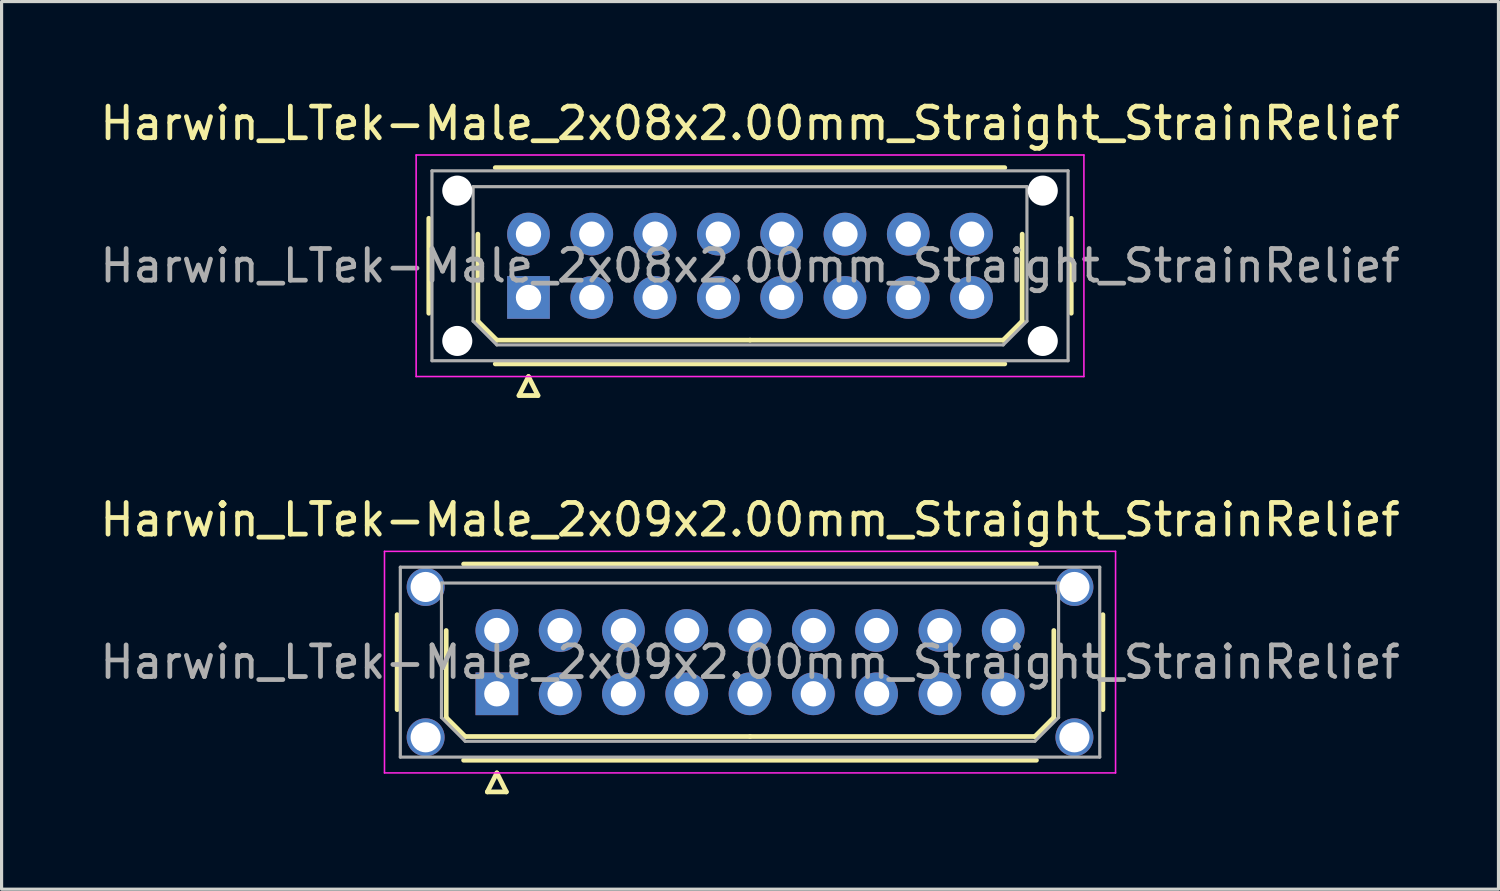
<source format=kicad_pcb>
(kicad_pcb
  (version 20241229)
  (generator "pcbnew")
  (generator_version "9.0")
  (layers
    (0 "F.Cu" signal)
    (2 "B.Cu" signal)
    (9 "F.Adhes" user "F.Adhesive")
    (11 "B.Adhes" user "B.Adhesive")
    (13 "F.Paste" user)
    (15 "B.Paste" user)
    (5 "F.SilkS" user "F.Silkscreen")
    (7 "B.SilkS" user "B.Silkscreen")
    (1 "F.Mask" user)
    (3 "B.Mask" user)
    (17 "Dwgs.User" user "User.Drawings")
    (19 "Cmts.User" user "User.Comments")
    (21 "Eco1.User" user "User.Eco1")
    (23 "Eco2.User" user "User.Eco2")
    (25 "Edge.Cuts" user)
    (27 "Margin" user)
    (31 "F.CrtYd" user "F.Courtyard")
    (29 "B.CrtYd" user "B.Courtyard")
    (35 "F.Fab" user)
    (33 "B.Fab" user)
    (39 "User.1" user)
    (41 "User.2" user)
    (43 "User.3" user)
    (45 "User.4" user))
  (footprint "Harwin_LTek-Male_2x09x2.00mm_Straight_StrainRelief"
    (layer "F.Cu")
    (at 12.649 18.872)
    (property "Reference" "Harwin_LTek-Male_2x09x2.00mm_Straight_StrainRelief" (at 8 -5.5 0) (layer "F.SilkS") (effects (font (size 1 1) (thickness 0.15))))
    (attr through_hole)
    (fp_line (start -3.15 -2.5) (end -3.15 0.5) (stroke (width 0.15) (type solid)) (layer "F.SilkS"))
    (fp_line (start -1.6 -2) (end -1.6 0.75) (stroke (width 0.15) (type solid)) (layer "F.SilkS"))
    (fp_line (start -1.6 0.75) (end -1 1.35) (stroke (width 0.15) (type solid)) (layer "F.SilkS"))
    (fp_line (start -1.05 -4.1) (end 17.05 -4.1) (stroke (width 0.15) (type solid)) (layer "F.SilkS"))
    (fp_line (start -1.05 2.1) (end 17.05 2.1) (stroke (width 0.15) (type solid)) (layer "F.SilkS"))
    (fp_line (start -1 1.35) (end 8 1.35) (stroke (width 0.15) (type solid)) (layer "F.SilkS"))
    (fp_line (start -0.3 3.1) (end 0.3 3.1) (stroke (width 0.15) (type solid)) (layer "F.SilkS"))
    (fp_line (start 0 2.5) (end -0.3 3.1) (stroke (width 0.15) (type solid)) (layer "F.SilkS"))
    (fp_line (start 0.3 3.1) (end 0 2.5) (stroke (width 0.15) (type solid)) (layer "F.SilkS"))
    (fp_line (start 17 1.35) (end 8 1.35) (stroke (width 0.15) (type solid)) (layer "F.SilkS"))
    (fp_line (start 17.6 -2) (end 17.6 0.75) (stroke (width 0.15) (type solid)) (layer "F.SilkS"))
    (fp_line (start 17.6 0.75) (end 17 1.35) (stroke (width 0.15) (type solid)) (layer "F.SilkS"))
    (fp_line (start 19.15 -2.5) (end 19.15 0.5) (stroke (width 0.15) (type solid)) (layer "F.SilkS"))
    (fp_line (start -3.55 -4.5) (end -3.55 2.5) (stroke (width 0.05) (type solid)) (layer "F.CrtYd"))
    (fp_line (start -3.55 2.5) (end 19.55 2.5) (stroke (width 0.05) (type solid)) (layer "F.CrtYd"))
    (fp_line (start 19.55 -4.5) (end -3.55 -4.5) (stroke (width 0.05) (type solid)) (layer "F.CrtYd"))
    (fp_line (start 19.55 2.5) (end 19.55 -4.5) (stroke (width 0.05) (type solid)) (layer "F.CrtYd"))
    (fp_line (start -3.05 -4) (end -3.05 2) (stroke (width 0.1) (type solid)) (layer "F.Fab"))
    (fp_line (start -3.05 2) (end 19.05 2) (stroke (width 0.1) (type solid)) (layer "F.Fab"))
    (fp_line (start -1.75 -3.5) (end 17.75 -3.5) (stroke (width 0.1) (type solid)) (layer "F.Fab"))
    (fp_line (start -1.75 0.75) (end -1.75 -3.5) (stroke (width 0.1) (type solid)) (layer "F.Fab"))
    (fp_line (start -1 1.5) (end -1.75 0.75) (stroke (width 0.1) (type solid)) (layer "F.Fab"))
    (fp_line (start 17 1.5) (end -1 1.5) (stroke (width 0.1) (type solid)) (layer "F.Fab"))
    (fp_line (start 17.75 -3.5) (end 17.75 0.75) (stroke (width 0.1) (type solid)) (layer "F.Fab"))
    (fp_line (start 17.75 0.75) (end 17 1.5) (stroke (width 0.1) (type solid)) (layer "F.Fab"))
    (fp_line (start 19.05 -4) (end -3.05 -4) (stroke (width 0.1) (type solid)) (layer "F.Fab"))
    (fp_line (start 19.05 2) (end 19.05 -4) (stroke (width 0.1) (type solid)) (layer "F.Fab"))
    (fp_text user "${REFERENCE}" (at 8 -1 0) (layer "F.Fab") (effects (font (size 1 1) (thickness 0.15))))
    (pad "" thru_hole circle (at -2.25 -3.375) (size 1.2 1.2) (drill 0.95) (layers "*.Cu" "*.Mask"))
    (pad "" thru_hole circle (at -2.25 1.375) (size 1.2 1.2) (drill 0.95) (layers "*.Cu" "*.Mask"))
    (pad "" thru_hole circle (at 18.25 -3.375) (size 1.2 1.2) (drill 0.95) (layers "*.Cu" "*.Mask"))
    (pad "" thru_hole circle (at 18.25 1.375) (size 1.2 1.2) (drill 0.95) (layers "*.Cu" "*.Mask"))
    (pad "1" thru_hole rect (at 0 0) (size 1.35 1.35) (drill 0.8) (layers "*.Cu" "*.Mask"))
    (pad "2" thru_hole circle (at 0 -2) (size 1.35 1.35) (drill 0.8) (layers "*.Cu" "*.Mask"))
    (pad "3" thru_hole circle (at 2 0) (size 1.35 1.35) (drill 0.8) (layers "*.Cu" "*.Mask"))
    (pad "4" thru_hole circle (at 2 -2) (size 1.35 1.35) (drill 0.8) (layers "*.Cu" "*.Mask"))
    (pad "5" thru_hole circle (at 4 0) (size 1.35 1.35) (drill 0.8) (layers "*.Cu" "*.Mask"))
    (pad "6" thru_hole circle (at 4 -2) (size 1.35 1.35) (drill 0.8) (layers "*.Cu" "*.Mask"))
    (pad "7" thru_hole circle (at 6 0) (size 1.35 1.35) (drill 0.8) (layers "*.Cu" "*.Mask"))
    (pad "8" thru_hole circle (at 6 -2) (size 1.35 1.35) (drill 0.8) (layers "*.Cu" "*.Mask"))
    (pad "9" thru_hole circle (at 8 0) (size 1.35 1.35) (drill 0.8) (layers "*.Cu" "*.Mask"))
    (pad "10" thru_hole circle (at 8 -2) (size 1.35 1.35) (drill 0.8) (layers "*.Cu" "*.Mask"))
    (pad "11" thru_hole circle (at 10 0) (size 1.35 1.35) (drill 0.8) (layers "*.Cu" "*.Mask"))
    (pad "12" thru_hole circle (at 10 -2) (size 1.35 1.35) (drill 0.8) (layers "*.Cu" "*.Mask"))
    (pad "13" thru_hole circle (at 12 0) (size 1.35 1.35) (drill 0.8) (layers "*.Cu" "*.Mask"))
    (pad "14" thru_hole circle (at 12 -2) (size 1.35 1.35) (drill 0.8) (layers "*.Cu" "*.Mask"))
    (pad "15" thru_hole circle (at 14 0) (size 1.35 1.35) (drill 0.8) (layers "*.Cu" "*.Mask"))
    (pad "16" thru_hole circle (at 14 -2) (size 1.35 1.35) (drill 0.8) (layers "*.Cu" "*.Mask"))
    (pad "17" thru_hole circle (at 16 0) (size 1.35 1.35) (drill 0.8) (layers "*.Cu" "*.Mask"))
    (pad "18" thru_hole circle (at 16 -2) (size 1.35 1.35) (drill 0.8) (layers "*.Cu" "*.Mask")))
  (footprint "Harwin_LTek-Male_2x08x2.00mm_Straight_StrainRelief"
    (layer "F.Cu")
    (at 13.649 6.348)
    (property "Reference" "Harwin_LTek-Male_2x08x2.00mm_Straight_StrainRelief" (at 7 -5.5 0) (layer "F.SilkS") (effects (font (size 1 1) (thickness 0.15))))
    (attr through_hole)
    (fp_line (start -3.15 -2.5) (end -3.15 0.5) (stroke (width 0.15) (type solid)) (layer "F.SilkS"))
    (fp_line (start -1.6 -2) (end -1.6 0.75) (stroke (width 0.15) (type solid)) (layer "F.SilkS"))
    (fp_line (start -1.6 0.75) (end -1 1.35) (stroke (width 0.15) (type solid)) (layer "F.SilkS"))
    (fp_line (start -1.05 -4.1) (end 15.05 -4.1) (stroke (width 0.15) (type solid)) (layer "F.SilkS"))
    (fp_line (start -1.05 2.1) (end 15.05 2.1) (stroke (width 0.15) (type solid)) (layer "F.SilkS"))
    (fp_line (start -1 1.35) (end 7 1.35) (stroke (width 0.15) (type solid)) (layer "F.SilkS"))
    (fp_line (start -0.3 3.1) (end 0.3 3.1) (stroke (width 0.15) (type solid)) (layer "F.SilkS"))
    (fp_line (start 0 2.5) (end -0.3 3.1) (stroke (width 0.15) (type solid)) (layer "F.SilkS"))
    (fp_line (start 0.3 3.1) (end 0 2.5) (stroke (width 0.15) (type solid)) (layer "F.SilkS"))
    (fp_line (start 15 1.35) (end 7 1.35) (stroke (width 0.15) (type solid)) (layer "F.SilkS"))
    (fp_line (start 15.6 -2) (end 15.6 0.75) (stroke (width 0.15) (type solid)) (layer "F.SilkS"))
    (fp_line (start 15.6 0.75) (end 15 1.35) (stroke (width 0.15) (type solid)) (layer "F.SilkS"))
    (fp_line (start 17.15 -2.5) (end 17.15 0.5) (stroke (width 0.15) (type solid)) (layer "F.SilkS"))
    (fp_line (start -3.55 -4.5) (end -3.55 2.5) (stroke (width 0.05) (type solid)) (layer "F.CrtYd"))
    (fp_line (start -3.55 2.5) (end 17.55 2.5) (stroke (width 0.05) (type solid)) (layer "F.CrtYd"))
    (fp_line (start 17.55 -4.5) (end -3.55 -4.5) (stroke (width 0.05) (type solid)) (layer "F.CrtYd"))
    (fp_line (start 17.55 2.5) (end 17.55 -4.5) (stroke (width 0.05) (type solid)) (layer "F.CrtYd"))
    (fp_line (start -3.05 -4) (end -3.05 2) (stroke (width 0.1) (type solid)) (layer "F.Fab"))
    (fp_line (start -3.05 2) (end 17.05 2) (stroke (width 0.1) (type solid)) (layer "F.Fab"))
    (fp_line (start -1.75 -3.5) (end 15.75 -3.5) (stroke (width 0.1) (type solid)) (layer "F.Fab"))
    (fp_line (start -1.75 0.75) (end -1.75 -3.5) (stroke (width 0.1) (type solid)) (layer "F.Fab"))
    (fp_line (start -1 1.5) (end -1.75 0.75) (stroke (width 0.1) (type solid)) (layer "F.Fab"))
    (fp_line (start 15 1.5) (end -1 1.5) (stroke (width 0.1) (type solid)) (layer "F.Fab"))
    (fp_line (start 15.75 -3.5) (end 15.75 0.75) (stroke (width 0.1) (type solid)) (layer "F.Fab"))
    (fp_line (start 15.75 0.75) (end 15 1.5) (stroke (width 0.1) (type solid)) (layer "F.Fab"))
    (fp_line (start 17.05 -4) (end -3.05 -4) (stroke (width 0.1) (type solid)) (layer "F.Fab"))
    (fp_line (start 17.05 2) (end 17.05 -4) (stroke (width 0.1) (type solid)) (layer "F.Fab"))
    (fp_text user "${REFERENCE}" (at 7 -1 0) (layer "F.Fab") (effects (font (size 1 1) (thickness 0.15))))
    (pad "" np_thru_hole circle (at -2.25 -3.375) (size 0.95 0.95) (drill 0.95) (layers "*.Cu" "*.Mask"))
    (pad "" np_thru_hole circle (at -2.25 1.375) (size 0.95 0.95) (drill 0.95) (layers "*.Cu" "*.Mask"))
    (pad "" np_thru_hole circle (at 16.25 -3.375) (size 0.95 0.95) (drill 0.95) (layers "*.Cu" "*.Mask"))
    (pad "" np_thru_hole circle (at 16.25 1.375) (size 0.95 0.95) (drill 0.95) (layers "*.Cu" "*.Mask"))
    (pad "1" thru_hole rect (at 0 0) (size 1.35 1.35) (drill 0.8) (layers "*.Cu" "*.Mask"))
    (pad "2" thru_hole circle (at 2 0) (size 1.35 1.35) (drill 0.8) (layers "*.Cu" "*.Mask"))
    (pad "3" thru_hole circle (at 4 0) (size 1.35 1.35) (drill 0.8) (layers "*.Cu" "*.Mask"))
    (pad "4" thru_hole circle (at 6 0) (size 1.35 1.35) (drill 0.8) (layers "*.Cu" "*.Mask"))
    (pad "5" thru_hole circle (at 8 0) (size 1.35 1.35) (drill 0.8) (layers "*.Cu" "*.Mask"))
    (pad "6" thru_hole circle (at 10 0) (size 1.35 1.35) (drill 0.8) (layers "*.Cu" "*.Mask"))
    (pad "7" thru_hole circle (at 12 0) (size 1.35 1.35) (drill 0.8) (layers "*.Cu" "*.Mask"))
    (pad "8" thru_hole circle (at 14 0) (size 1.35 1.35) (drill 0.8) (layers "*.Cu" "*.Mask"))
    (pad "9" thru_hole circle (at 0 -2) (size 1.35 1.35) (drill 0.8) (layers "*.Cu" "*.Mask"))
    (pad "10" thru_hole circle (at 2 -2) (size 1.35 1.35) (drill 0.8) (layers "*.Cu" "*.Mask"))
    (pad "11" thru_hole circle (at 4 -2) (size 1.35 1.35) (drill 0.8) (layers "*.Cu" "*.Mask"))
    (pad "12" thru_hole circle (at 6 -2) (size 1.35 1.35) (drill 0.8) (layers "*.Cu" "*.Mask"))
    (pad "13" thru_hole circle (at 8 -2) (size 1.35 1.35) (drill 0.8) (layers "*.Cu" "*.Mask"))
    (pad "14" thru_hole circle (at 10 -2) (size 1.35 1.35) (drill 0.8) (layers "*.Cu" "*.Mask"))
    (pad "15" thru_hole circle (at 12 -2) (size 1.35 1.35) (drill 0.8) (layers "*.Cu" "*.Mask"))
    (pad "16" thru_hole circle (at 14 -2) (size 1.35 1.35) (drill 0.8) (layers "*.Cu" "*.Mask")))
  (gr_rect
    (start -3 -3)
    (end 44.298 25.047)
    (stroke (width 0.1) (type default))
    (fill no)
    (layer "Edge.Cuts")))
</source>
